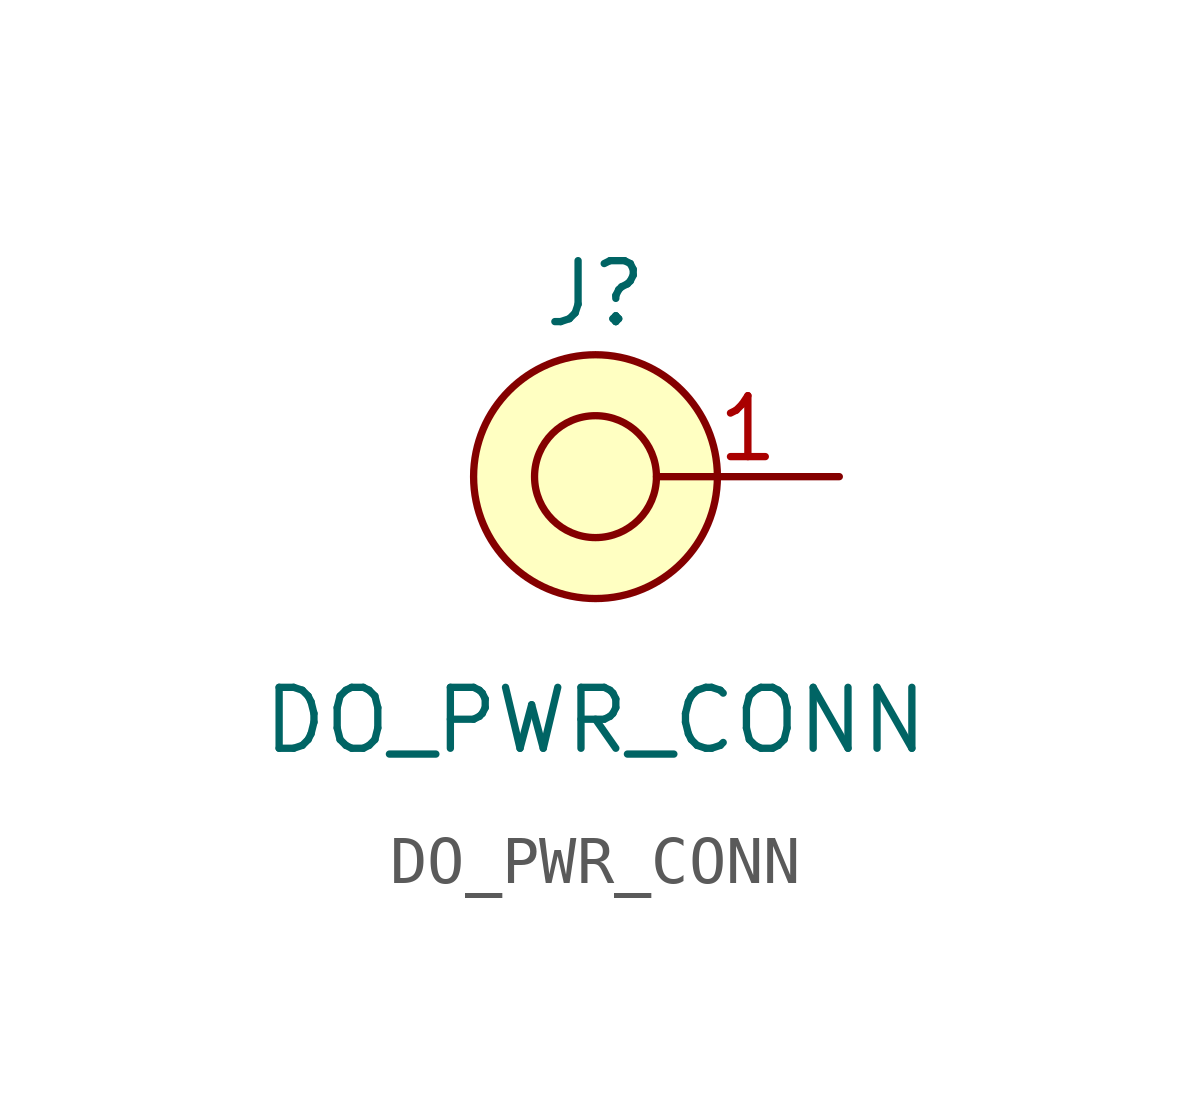
<source format=kicad_sym>
(kicad_symbol_lib
  (version 20220914)
  (generator kicad_symbol_editor)
  (symbol "DO_PWR_CONN"
    (pin_names
      (offset 1.016) hide)
    (property "Reference" "J"
      (at 0 3.81 0)
      (effects (font (size 1.27 1.27))))
    (property "Value" "DO_PWR_CONN"
      (at 0 -5.08 0)
      (effects (font (size 1.27 1.27))))
    (symbol "DO_PWR_CONN_0_1"
      (circle (center 0 0) (radius 1.27) (stroke (width 0) (type default)) (fill (type color) (color 255 255 255 1)))
      (circle (center 0 0) (radius 2.54) (stroke (width 0) (type default)) (fill (type background))))
    (symbol "DO_PWR_CONN_1_1"
      (pin passive line (at 5.08 0 180) (length 3.81) (name "Pin_1" (effects (font (size 1.27 1.27)))) (number "1" (effects (font (size 1.27 1.27))))))))
</source>
